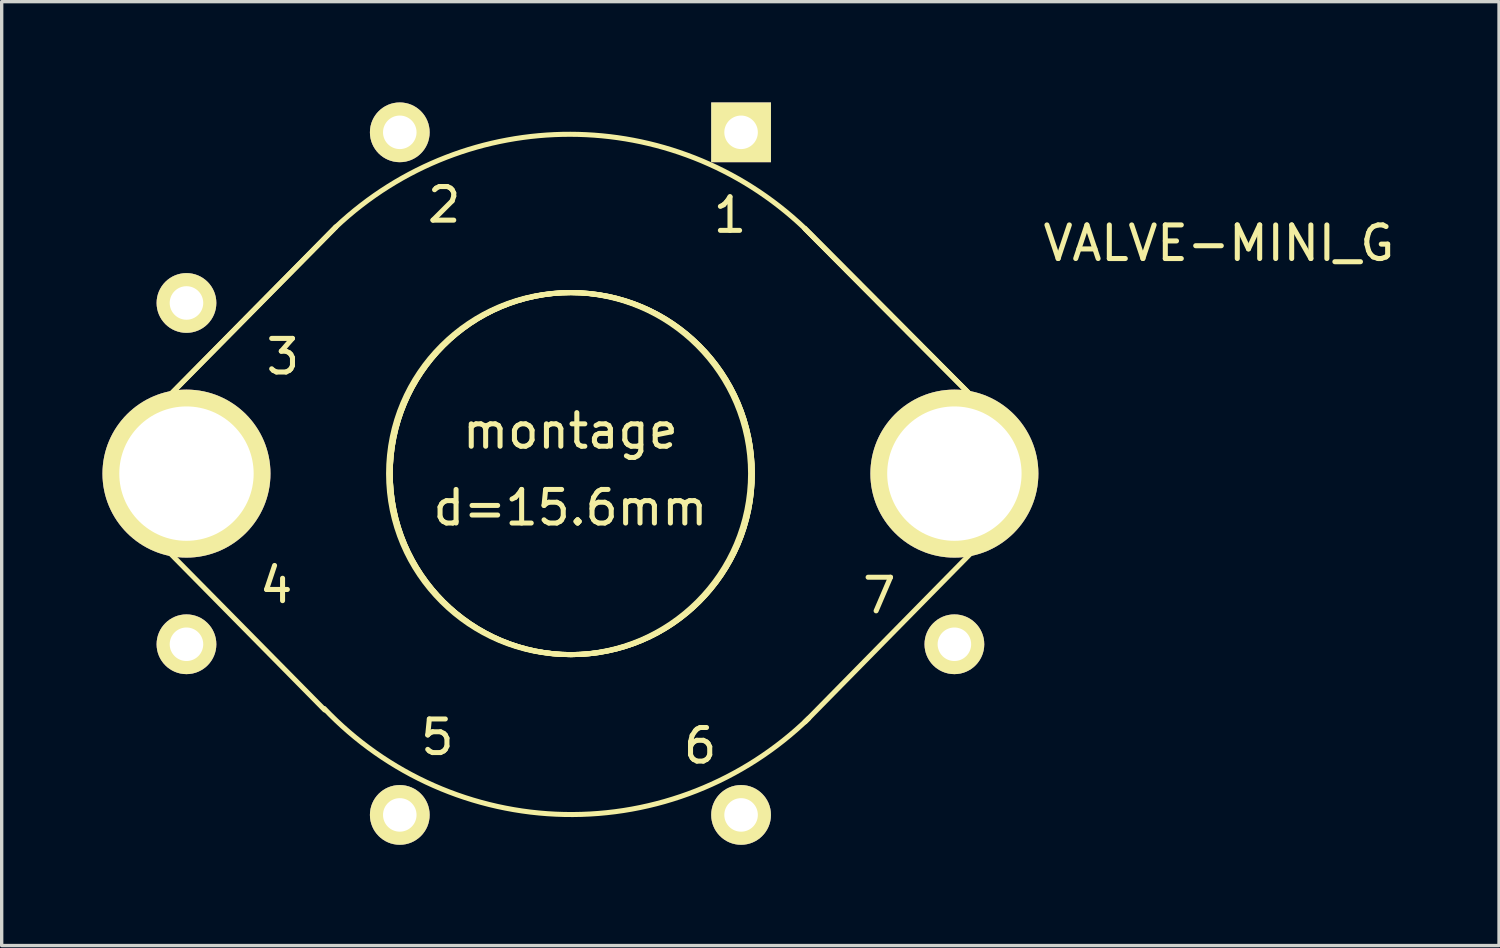
<source format=kicad_pcb>
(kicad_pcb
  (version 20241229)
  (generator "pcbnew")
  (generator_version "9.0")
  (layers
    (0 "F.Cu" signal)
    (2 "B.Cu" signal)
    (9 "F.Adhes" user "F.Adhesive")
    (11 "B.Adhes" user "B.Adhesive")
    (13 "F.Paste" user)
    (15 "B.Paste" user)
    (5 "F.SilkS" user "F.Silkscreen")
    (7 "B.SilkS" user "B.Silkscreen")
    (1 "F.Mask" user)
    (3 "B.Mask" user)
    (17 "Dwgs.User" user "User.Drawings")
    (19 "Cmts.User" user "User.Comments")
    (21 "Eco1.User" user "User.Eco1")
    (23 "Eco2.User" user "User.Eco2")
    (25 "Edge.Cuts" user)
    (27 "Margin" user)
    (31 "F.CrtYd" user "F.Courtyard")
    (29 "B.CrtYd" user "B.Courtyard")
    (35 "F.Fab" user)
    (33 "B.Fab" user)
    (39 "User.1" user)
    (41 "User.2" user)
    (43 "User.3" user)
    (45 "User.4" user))
  (footprint "VALVE-MINI_G"
    (layer "F.Cu")
    (at 13.931 11.049)
    (property "Reference" "VALVE-MINI_G" (at 19.304 -6.858 0) (layer "F.SilkS") (effects (font (size 1 1) (thickness 0.15))))
    (attr exclude_from_pos_files exclude_from_bom)
    (fp_line (start -12.929 -1.321) (end -6.985 -7.341) (stroke (width 0.15) (type solid)) (layer "F.SilkS"))
    (fp_line (start -12.929 -1.321) (end -6.985 -7.341) (stroke (width 0.15) (type solid)) (layer "F.SilkS"))
    (fp_line (start -12.929 1.346) (end -7.315 7.036) (stroke (width 0.15) (type solid)) (layer "F.SilkS"))
    (fp_line (start 6.985 -7.29) (end 12.979 -1.27) (stroke (width 0.15) (type solid)) (layer "F.SilkS"))
    (fp_line (start 6.985 -7.29) (end 12.979 -1.27) (stroke (width 0.15) (type solid)) (layer "F.SilkS"))
    (fp_line (start 6.985 -7.29) (end 12.979 -1.27) (stroke (width 0.15) (type solid)) (layer "F.SilkS"))
    (fp_line (start 12.903 1.372) (end 6.985 7.391) (stroke (width 0.15) (type solid)) (layer "F.SilkS"))
    (fp_arc (start -12.90066 1.34874) (mid -13.42538 0.019987) (end -12.927382 -1.31901) (stroke (width 0.15) (type solid)) (layer "F.SilkS"))
    (fp_arc (start -6.985 -7.3406) (mid -0.00353 -10.101458) (end 6.96598 -7.310547) (stroke (width 0.15) (type solid)) (layer "F.SilkS"))
    (fp_arc (start 7.09422 7.28218) (mid -0.178599 10.14676) (end -7.330404 6.992175) (stroke (width 0.15) (type solid)) (layer "F.SilkS"))
    (fp_arc (start 12.9794 -1.27) (mid 13.431537 0.085971) (end 12.864795 1.398178) (stroke (width 0.15) (type solid)) (layer "F.SilkS"))
    (fp_circle (center -0.025 0) (end -3.835 3.81) (stroke (width 0.15) (type solid)) (fill no) (layer "F.SilkS"))
    (fp_circle (center 0.025 0) (end 3.835 3.81) (stroke (width 0.15) (type solid)) (fill no) (layer "F.SilkS"))
    (fp_circle (center 0.025 0) (end 3.835 3.81) (stroke (width 0.15) (type solid)) (fill no) (layer "F.SilkS"))
    (fp_circle (center 0.025 0) (end 3.835 3.81) (stroke (width 0.15) (type solid)) (fill no) (layer "F.SilkS"))
    (fp_text user "montage" (at 0 -1.27 0) (layer "F.SilkS") (effects (font (size 1 1) (thickness 0.15))))
    (fp_text user "2" (at -3.759 -8.001 0) (layer "F.SilkS") (effects (font (size 1 1) (thickness 0.15))))
    (fp_text user "5" (at -3.962 7.849 0) (layer "F.SilkS") (effects (font (size 1 1) (thickness 0.15))))
    (fp_text user "1" (at 4.75 -7.696 0) (layer "F.SilkS") (effects (font (size 1 1) (thickness 0.15))))
    (fp_text user "6" (at 3.861 8.103 0) (layer "F.SilkS") (effects (font (size 1 1) (thickness 0.15))))
    (fp_text user "7" (at 9.195 3.63 0) (layer "F.SilkS") (effects (font (size 1 1) (thickness 0.15))))
    (fp_text user "d=15.6mm" (at 0 1.016 0) (layer "F.SilkS") (effects (font (size 1 1) (thickness 0.15))))
    (fp_text user "4" (at -8.76 3.327 0) (layer "F.SilkS") (effects (font (size 1 1) (thickness 0.15))))
    (fp_text user "3" (at -8.56 -3.48 0) (layer "F.SilkS") (effects (font (size 1 1) (thickness 0.15))))
    (pad "" thru_hole circle (at -11.43 0) (size 5.001 5.001) (drill 4) (layers "*.Cu" "F.Mask" "F.SilkS" "F.Paste"))
    (pad "" thru_hole circle (at 11.43 0) (size 5.001 5.001) (drill 4) (layers "*.Cu" "F.Mask" "F.SilkS" "F.Paste"))
    (pad "1" thru_hole rect (at 5.08 -10.16) (size 1.778 1.778) (drill 0.998) (layers "*.Cu" "F.Mask" "F.SilkS" "F.Paste"))
    (pad "2" thru_hole circle (at -5.08 -10.16) (size 1.778 1.778) (drill 0.998) (layers "*.Cu" "F.Mask" "F.SilkS" "F.Paste"))
    (pad "3" thru_hole circle (at -11.43 -5.08) (size 1.778 1.778) (drill 0.998) (layers "*.Cu" "F.Mask" "F.SilkS" "F.Paste"))
    (pad "4" thru_hole circle (at -11.43 5.08) (size 1.778 1.778) (drill 0.998) (layers "*.Cu" "F.Mask" "F.SilkS" "F.Paste"))
    (pad "5" thru_hole circle (at -5.08 10.16) (size 1.778 1.778) (drill 0.998) (layers "*.Cu" "F.Mask" "F.SilkS" "F.Paste"))
    (pad "6" thru_hole circle (at 5.08 10.16) (size 1.778 1.778) (drill 0.998) (layers "*.Cu" "F.Mask" "F.SilkS" "F.Paste"))
    (pad "7" thru_hole circle (at 11.43 5.08) (size 1.778 1.778) (drill 0.998) (layers "*.Cu" "F.Mask" "F.SilkS" "F.Paste")))
  (gr_rect
    (start -3 -3)
    (end 41.574 25.098)
    (stroke (width 0.1) (type default))
    (fill no)
    (layer "Edge.Cuts")))
</source>
